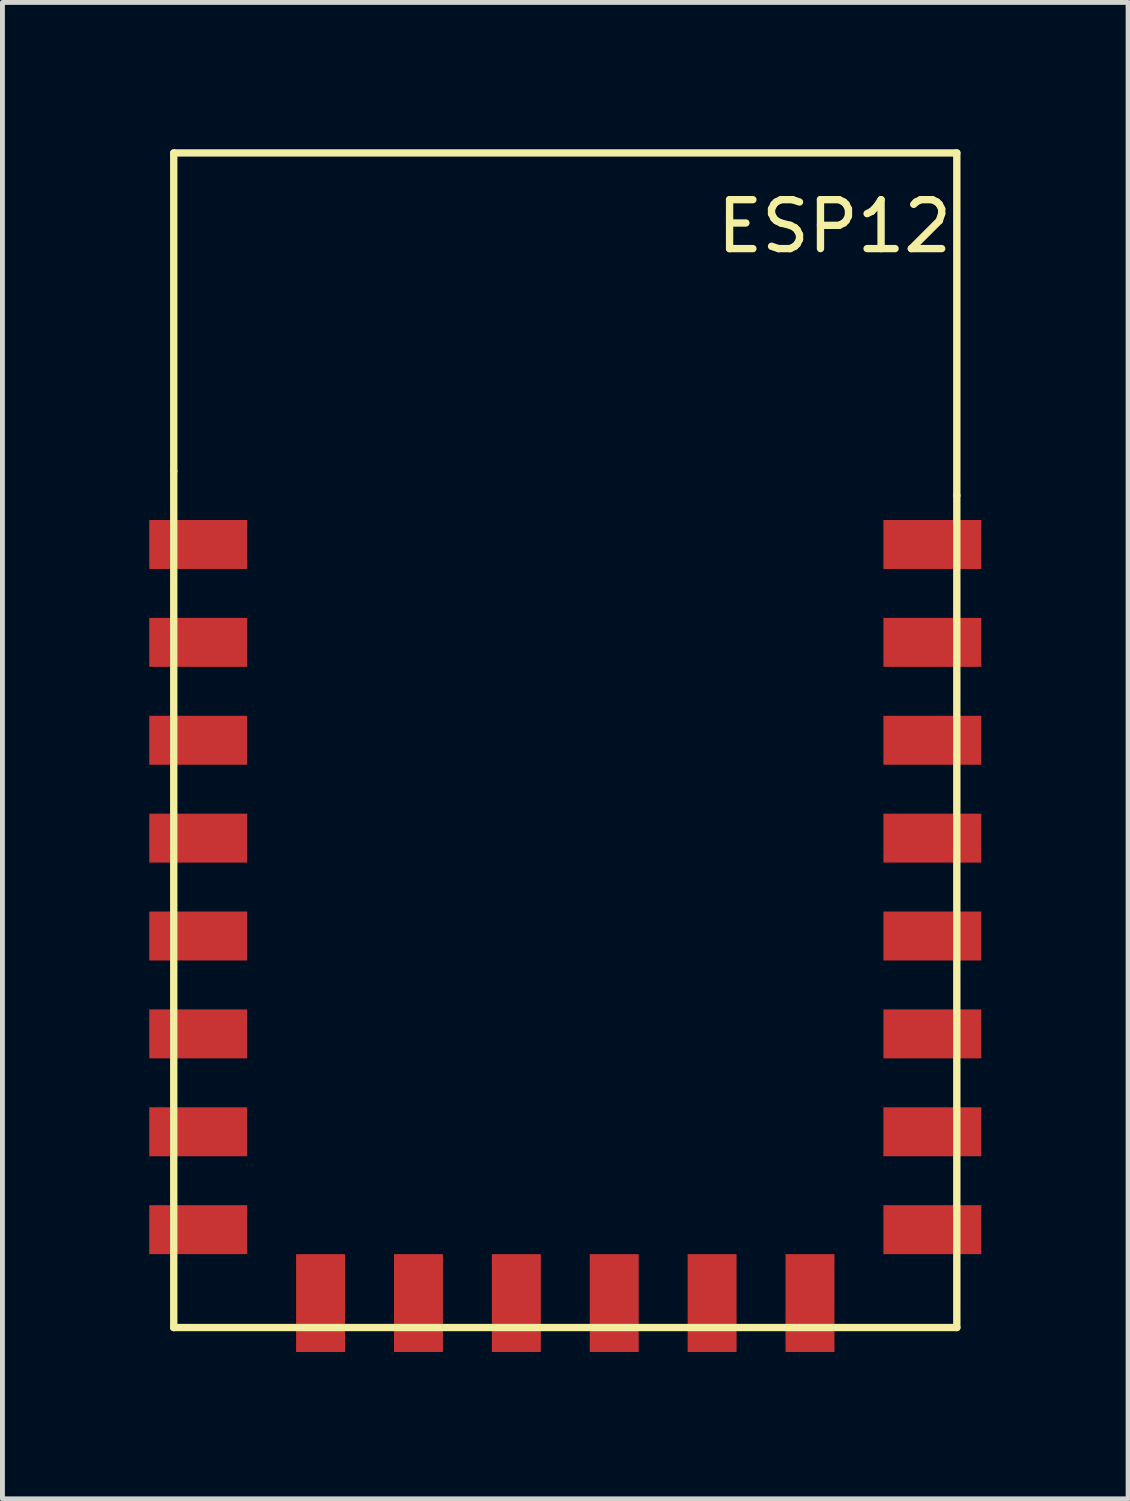
<source format=kicad_pcb>
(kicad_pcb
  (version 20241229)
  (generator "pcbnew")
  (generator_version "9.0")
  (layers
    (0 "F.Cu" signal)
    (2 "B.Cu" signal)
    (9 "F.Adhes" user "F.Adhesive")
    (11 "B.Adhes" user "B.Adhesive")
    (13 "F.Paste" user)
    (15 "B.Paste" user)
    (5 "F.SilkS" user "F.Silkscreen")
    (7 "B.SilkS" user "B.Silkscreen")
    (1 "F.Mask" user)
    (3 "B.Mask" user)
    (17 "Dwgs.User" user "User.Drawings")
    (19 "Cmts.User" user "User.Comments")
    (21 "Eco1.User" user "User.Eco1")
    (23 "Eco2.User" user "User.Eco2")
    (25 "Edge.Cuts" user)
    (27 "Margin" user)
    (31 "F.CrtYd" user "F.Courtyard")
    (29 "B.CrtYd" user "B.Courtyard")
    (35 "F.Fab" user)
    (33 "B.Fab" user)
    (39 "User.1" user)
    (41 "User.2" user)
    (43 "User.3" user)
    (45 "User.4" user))
  (footprint "ESP12"
    (layer "F.Cu")
    (at 0.5 24.075)
    (property "Reference" "ESP12" (at 13.5 -22.5 0) (layer "F.SilkS") (effects (font (size 1 1) (thickness 0.15))))
    (attr through_hole)
    (fp_line (start 0 -24) (end 16 -24) (stroke (width 0.15) (type solid)) (layer "F.SilkS"))
    (fp_line (start 0 -17.5) (end 0 -24) (stroke (width 0.15) (type solid)) (layer "F.SilkS"))
    (fp_line (start 0 -17.5) (end 0 0) (stroke (width 0.15) (type solid)) (layer "F.SilkS"))
    (fp_line (start 16 -24) (end 16 -17) (stroke (width 0.15) (type solid)) (layer "F.SilkS"))
    (fp_line (start 16 0) (end 0 0) (stroke (width 0.15) (type solid)) (layer "F.SilkS"))
    (fp_line (start 16 0) (end 16 -17) (stroke (width 0.15) (type solid)) (layer "F.SilkS"))
    (pad "1" smd rect (at 0.5 -16) (size 2 1) (layers "F.Cu" "F.Mask" "F.Paste"))
    (pad "2" smd rect (at 0.5 -14) (size 2 1) (layers "F.Cu" "F.Mask" "F.Paste"))
    (pad "3" smd rect (at 0.5 -12) (size 2 1) (layers "F.Cu" "F.Mask" "F.Paste"))
    (pad "4" smd rect (at 0.5 -10) (size 2 1) (layers "F.Cu" "F.Mask" "F.Paste"))
    (pad "5" smd rect (at 0.5 -8) (size 2 1) (layers "F.Cu" "F.Mask" "F.Paste"))
    (pad "6" smd rect (at 0.5 -6) (size 2 1) (layers "F.Cu" "F.Mask" "F.Paste"))
    (pad "7" smd rect (at 0.5 -4) (size 2 1) (layers "F.Cu" "F.Mask" "F.Paste"))
    (pad "8" smd rect (at 0.5 -2) (size 2 1) (layers "F.Cu" "F.Mask" "F.Paste"))
    (pad "9" smd rect (at 3 -0.5 90) (size 2 1) (layers "F.Cu" "F.Mask" "F.Paste"))
    (pad "10" smd rect (at 5 -0.5 90) (size 2 1) (layers "F.Cu" "F.Mask" "F.Paste"))
    (pad "11" smd rect (at 7 -0.5 90) (size 2 1) (layers "F.Cu" "F.Mask" "F.Paste"))
    (pad "12" smd rect (at 9 -0.5 90) (size 2 1) (layers "F.Cu" "F.Mask" "F.Paste"))
    (pad "13" smd rect (at 11 -0.5 90) (size 2 1) (layers "F.Cu" "F.Mask" "F.Paste"))
    (pad "14" smd rect (at 13 -0.5 90) (size 2 1) (layers "F.Cu" "F.Mask" "F.Paste"))
    (pad "15" smd rect (at 15.5 -2) (size 2 1) (layers "F.Cu" "F.Mask" "F.Paste"))
    (pad "16" smd rect (at 15.5 -4) (size 2 1) (layers "F.Cu" "F.Mask" "F.Paste"))
    (pad "17" smd rect (at 15.5 -6) (size 2 1) (layers "F.Cu" "F.Mask" "F.Paste"))
    (pad "18" smd rect (at 15.5 -8) (size 2 1) (layers "F.Cu" "F.Mask" "F.Paste"))
    (pad "19" smd rect (at 15.5 -10) (size 2 1) (layers "F.Cu" "F.Mask" "F.Paste"))
    (pad "20" smd rect (at 15.5 -12) (size 2 1) (layers "F.Cu" "F.Mask" "F.Paste"))
    (pad "21" smd rect (at 15.5 -14) (size 2 1) (layers "F.Cu" "F.Mask" "F.Paste"))
    (pad "22" smd rect (at 15.5 -16) (size 2 1) (layers "F.Cu" "F.Mask" "F.Paste")))
  (gr_rect
    (start -3 -3)
    (end 20 27.575)
    (stroke (width 0.1) (type default))
    (fill no)
    (layer "Edge.Cuts")))
</source>
